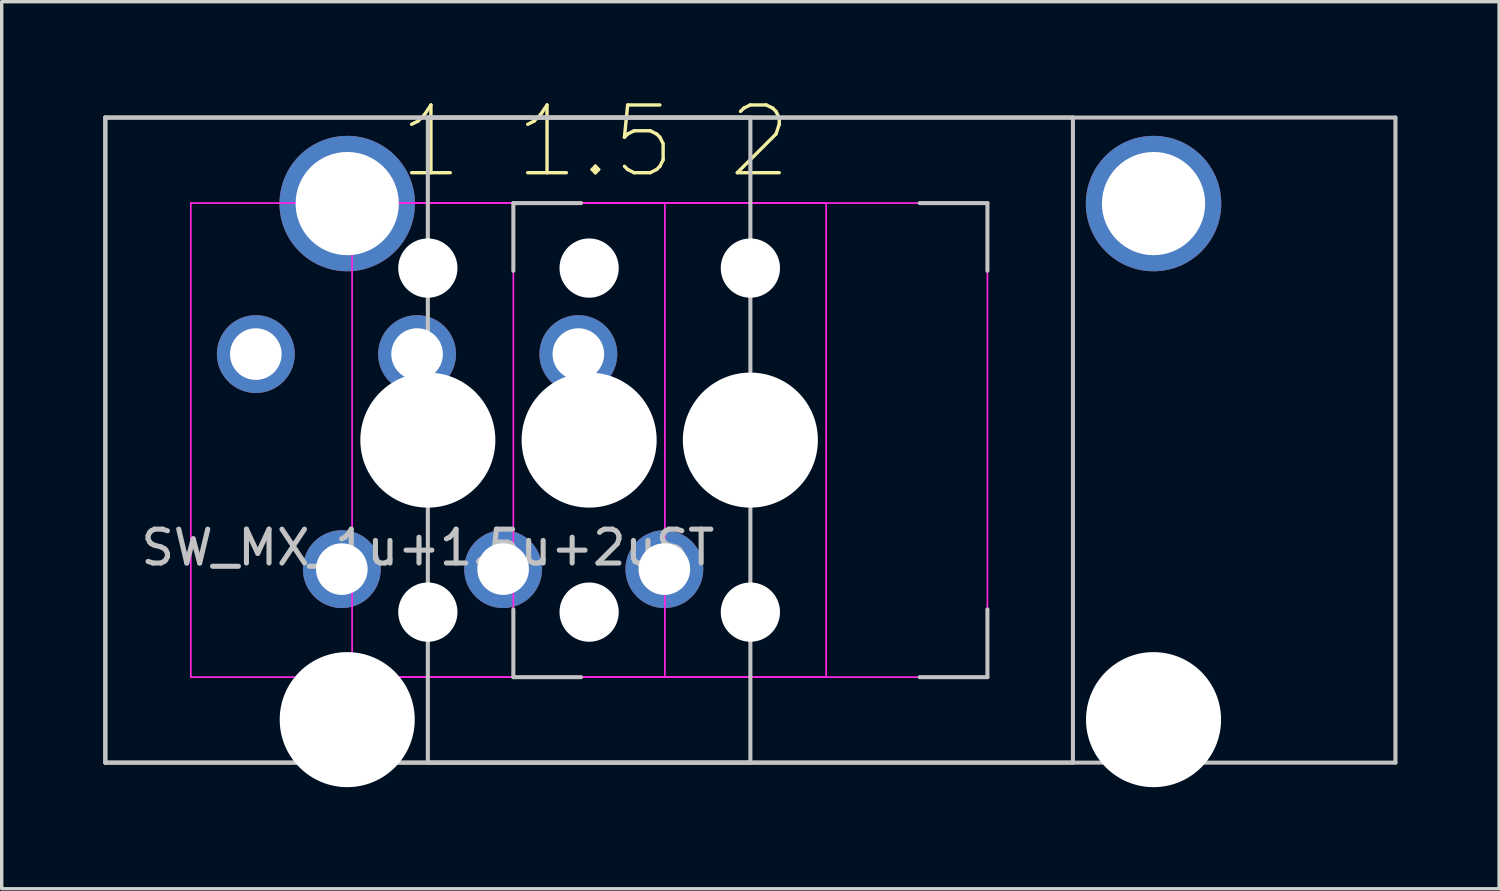
<source format=kicad_pcb>
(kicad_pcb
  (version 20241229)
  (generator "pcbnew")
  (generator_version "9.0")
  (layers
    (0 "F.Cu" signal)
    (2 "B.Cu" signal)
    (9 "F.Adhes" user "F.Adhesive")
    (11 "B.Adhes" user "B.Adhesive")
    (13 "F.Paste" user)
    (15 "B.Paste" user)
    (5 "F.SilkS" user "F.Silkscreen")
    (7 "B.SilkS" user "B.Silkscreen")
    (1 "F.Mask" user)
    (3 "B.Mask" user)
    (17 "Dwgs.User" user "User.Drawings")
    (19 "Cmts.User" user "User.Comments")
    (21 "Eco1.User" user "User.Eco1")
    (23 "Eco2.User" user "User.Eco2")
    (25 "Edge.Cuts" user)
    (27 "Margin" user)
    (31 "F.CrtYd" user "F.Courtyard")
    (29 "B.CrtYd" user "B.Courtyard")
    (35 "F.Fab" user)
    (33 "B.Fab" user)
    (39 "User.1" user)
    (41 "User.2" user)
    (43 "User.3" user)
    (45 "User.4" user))
  (footprint "SW_MX_1u+1.5u+2uST"
    (layer "F.Cu")
    (at 9.585 9.947)
    (property "Reference" "SW_MX_1u+1.5u+2uST" (at 0 3.175 0) (layer "Dwgs.User") (effects (font (size 1 1) (thickness 0.15))))
    (attr through_hole exclude_from_pos_files exclude_from_bom)
    (fp_line (start -9.525 -9.525) (end -9.525 9.525) (stroke (width 0.12) (type solid)) (layer "Dwgs.User"))
    (fp_line (start -9.525 -9.525) (end -9.525 9.525) (stroke (width 0.12) (type solid)) (layer "Dwgs.User"))
    (fp_line (start -9.525 -9.525) (end 28.575 -9.525) (stroke (width 0.12) (type solid)) (layer "Dwgs.User"))
    (fp_line (start -9.525 9.525) (end 9.525 9.525) (stroke (width 0.12) (type solid)) (layer "Dwgs.User"))
    (fp_line (start -9.525 9.525) (end 28.575 9.525) (stroke (width 0.12) (type solid)) (layer "Dwgs.User"))
    (fp_line (start 0 -9.525) (end 0 9.525) (stroke (width 0.12) (type solid)) (layer "Dwgs.User"))
    (fp_line (start 0 9.525) (end 19.05 9.525) (stroke (width 0.12) (type solid)) (layer "Dwgs.User"))
    (fp_line (start 2.525 -7) (end 4.525 -7) (stroke (width 0.12) (type solid)) (layer "Dwgs.User"))
    (fp_line (start 2.525 -5) (end 2.525 -7) (stroke (width 0.12) (type solid)) (layer "Dwgs.User"))
    (fp_line (start 2.525 7) (end 2.525 5) (stroke (width 0.12) (type solid)) (layer "Dwgs.User"))
    (fp_line (start 4.525 7) (end 2.525 7) (stroke (width 0.12) (type solid)) (layer "Dwgs.User"))
    (fp_line (start 9.525 -9.525) (end -9.525 -9.525) (stroke (width 0.12) (type solid)) (layer "Dwgs.User"))
    (fp_line (start 9.525 9.525) (end 9.525 -9.525) (stroke (width 0.12) (type solid)) (layer "Dwgs.User"))
    (fp_line (start 14.525 -7) (end 16.525 -7) (stroke (width 0.12) (type solid)) (layer "Dwgs.User"))
    (fp_line (start 14.525 7) (end 16.525 7) (stroke (width 0.12) (type solid)) (layer "Dwgs.User"))
    (fp_line (start 16.525 -7) (end 16.525 -5) (stroke (width 0.12) (type solid)) (layer "Dwgs.User"))
    (fp_line (start 16.525 7) (end 16.525 5) (stroke (width 0.12) (type solid)) (layer "Dwgs.User"))
    (fp_line (start 19.05 -9.525) (end 0 -9.525) (stroke (width 0.12) (type solid)) (layer "Dwgs.User"))
    (fp_line (start 19.05 9.525) (end 19.05 -9.525) (stroke (width 0.12) (type solid)) (layer "Dwgs.User"))
    (fp_line (start 28.575 -9.525) (end 28.575 9.525) (stroke (width 0.12) (type solid)) (layer "Dwgs.User"))
    (fp_line (start -7 6.5) (end -7 -6.5) (stroke (width 0.05) (type solid)) (layer "Eco2.User"))
    (fp_line (start -6.5 -7) (end 6.5 -7) (stroke (width 0.05) (type solid)) (layer "Eco2.User"))
    (fp_line (start -5.756 -5.5) (end -5.756 7.5) (stroke (width 0.05) (type solid)) (layer "Eco2.User"))
    (fp_line (start -5.256 -6) (end 0.494 -6) (stroke (width 0.05) (type solid)) (layer "Eco2.User"))
    (fp_line (start -5.256 8) (end 0.494 8) (stroke (width 0.05) (type solid)) (layer "Eco2.User"))
    (fp_line (start -2.237 6.5) (end -2.237 -6.5) (stroke (width 0.05) (type solid)) (layer "Eco2.User"))
    (fp_line (start -1.738 -7) (end 11.262 -7) (stroke (width 0.05) (type solid)) (layer "Eco2.User"))
    (fp_line (start 0.994 -5.5) (end 0.994 7.5) (stroke (width 0.05) (type solid)) (layer "Eco2.User"))
    (fp_line (start 2.525 6.5) (end 2.525 -6.5) (stroke (width 0.05) (type solid)) (layer "Eco2.User"))
    (fp_line (start 3.025 -7) (end 16.025 -7) (stroke (width 0.05) (type solid)) (layer "Eco2.User"))
    (fp_line (start 6.5 7) (end -6.5 7) (stroke (width 0.05) (type solid)) (layer "Eco2.User"))
    (fp_line (start 7 -6.5) (end 7 6.5) (stroke (width 0.05) (type solid)) (layer "Eco2.User"))
    (fp_line (start 11.262 7) (end -1.738 7) (stroke (width 0.05) (type solid)) (layer "Eco2.User"))
    (fp_line (start 11.762 -6.5) (end 11.762 6.5) (stroke (width 0.05) (type solid)) (layer "Eco2.User"))
    (fp_line (start 16.025 7) (end 3.025 7) (stroke (width 0.05) (type solid)) (layer "Eco2.User"))
    (fp_line (start 16.525 -6.5) (end 16.525 6.5) (stroke (width 0.05) (type solid)) (layer "Eco2.User"))
    (fp_line (start 18.056 -5.5) (end 18.056 7.5) (stroke (width 0.05) (type solid)) (layer "Eco2.User"))
    (fp_line (start 18.556 -6) (end 24.305 -6) (stroke (width 0.05) (type solid)) (layer "Eco2.User"))
    (fp_line (start 18.556 8) (end 24.306 8) (stroke (width 0.05) (type solid)) (layer "Eco2.User"))
    (fp_line (start 24.805 -5.5) (end 24.806 7.5) (stroke (width 0.05) (type solid)) (layer "Eco2.User"))
    (fp_arc (start -7 -6.5) (mid -6.853553 -6.853553) (end -6.5 -7) (stroke (width 0.05) (type solid)) (layer "Eco2.User"))
    (fp_arc (start -6.5 7) (mid -6.853553 6.853553) (end -7 6.5) (stroke (width 0.05) (type solid)) (layer "Eco2.User"))
    (fp_arc (start -5.75625 -5.499999) (mid -5.609803 -5.853552) (end -5.25625 -5.999999) (stroke (width 0.05) (type solid)) (layer "Eco2.User"))
    (fp_arc (start -5.25625 8.000001) (mid -5.609803 7.853554) (end -5.75625 7.500001) (stroke (width 0.05) (type solid)) (layer "Eco2.User"))
    (fp_arc (start -2.2375 -6.5) (mid -2.091053 -6.853553) (end -1.7375 -7) (stroke (width 0.05) (type solid)) (layer "Eco2.User"))
    (fp_arc (start -1.7375 7) (mid -2.091053 6.853553) (end -2.2375 6.5) (stroke (width 0.05) (type solid)) (layer "Eco2.User"))
    (fp_arc (start 0.49375 -5.999999) (mid 0.847303 -5.853552) (end 0.99375 -5.499999) (stroke (width 0.05) (type solid)) (layer "Eco2.User"))
    (fp_arc (start 0.99375 7.500001) (mid 0.847303 7.853554) (end 0.49375 8.000001) (stroke (width 0.05) (type solid)) (layer "Eco2.User"))
    (fp_arc (start 2.525 -6.5) (mid 2.671447 -6.853553) (end 3.025 -7) (stroke (width 0.05) (type solid)) (layer "Eco2.User"))
    (fp_arc (start 3.025 7) (mid 2.671447 6.853553) (end 2.525 6.5) (stroke (width 0.05) (type solid)) (layer "Eco2.User"))
    (fp_arc (start 6.498884 -6.997236) (mid 6.852455 -6.850806) (end 6.998884 -6.497236) (stroke (width 0.05) (type solid)) (layer "Eco2.User"))
    (fp_arc (start 7 6.5) (mid 6.853553 6.853553) (end 6.5 7) (stroke (width 0.05) (type solid)) (layer "Eco2.User"))
    (fp_arc (start 11.261384 -6.997236) (mid 11.61496 -6.850797) (end 11.761384 -6.497236) (stroke (width 0.05) (type solid)) (layer "Eco2.User"))
    (fp_arc (start 11.7625 6.5) (mid 11.616053 6.853553) (end 11.2625 7) (stroke (width 0.05) (type solid)) (layer "Eco2.User"))
    (fp_arc (start 16.023884 -6.997236) (mid 16.377455 -6.850806) (end 16.523884 -6.497236) (stroke (width 0.05) (type solid)) (layer "Eco2.User"))
    (fp_arc (start 16.525 6.5) (mid 16.378553 6.853553) (end 16.025 7) (stroke (width 0.05) (type solid)) (layer "Eco2.User"))
    (fp_arc (start 18.05625 -5.499999) (mid 18.202693 -5.853571) (end 18.55625 -5.999999) (stroke (width 0.05) (type solid)) (layer "Eco2.User"))
    (fp_arc (start 18.55625 8.000001) (mid 18.202729 7.853537) (end 18.05625 7.500001) (stroke (width 0.05) (type solid)) (layer "Eco2.User"))
    (fp_arc (start 24.305039 -5.999999) (mid 24.658567 -5.853539) (end 24.805039 -5.499999) (stroke (width 0.05) (type solid)) (layer "Eco2.User"))
    (fp_arc (start 24.80625 7.500001) (mid 24.659806 7.853571) (end 24.30625 8.000001) (stroke (width 0.05) (type solid)) (layer "Eco2.User"))
    (fp_line (start -7 -7) (end -7 7) (stroke (width 0.05) (type solid)) (layer "F.CrtYd"))
    (fp_line (start -7 7) (end 7 7) (stroke (width 0.05) (type solid)) (layer "F.CrtYd"))
    (fp_line (start -2.237 -7) (end -2.237 7) (stroke (width 0.05) (type solid)) (layer "F.CrtYd"))
    (fp_line (start -2.237 7) (end 11.762 7) (stroke (width 0.05) (type solid)) (layer "F.CrtYd"))
    (fp_line (start 2.525 -7) (end 2.525 7) (stroke (width 0.05) (type solid)) (layer "F.CrtYd"))
    (fp_line (start 2.525 7) (end 16.525 7) (stroke (width 0.05) (type solid)) (layer "F.CrtYd"))
    (fp_line (start 7 -7) (end -7 -7) (stroke (width 0.05) (type solid)) (layer "F.CrtYd"))
    (fp_line (start 7 7) (end 7 -7) (stroke (width 0.05) (type solid)) (layer "F.CrtYd"))
    (fp_line (start 11.762 -7) (end -2.237 -7) (stroke (width 0.05) (type solid)) (layer "F.CrtYd"))
    (fp_line (start 11.762 7) (end 11.762 -7) (stroke (width 0.05) (type solid)) (layer "F.CrtYd"))
    (fp_line (start 16.525 -7) (end 2.525 -7) (stroke (width 0.05) (type solid)) (layer "F.CrtYd"))
    (fp_line (start 16.525 7) (end 16.525 -7) (stroke (width 0.05) (type solid)) (layer "F.CrtYd"))
    (fp_text user "1 1.5 2" (at -0.927 -7.647 0) (unlocked yes) (layer "F.SilkS") (effects (font (size 2 2) (thickness 0.1)) (justify left bottom)))
    (pad "" thru_hole circle (at -2.381 -6.985) (size 4 4) (drill 3.048) (layers "*.Cu" "B.Mask"))
    (pad "" np_thru_hole circle (at -2.381 8.255) (size 3.988 3.988) (drill 3.988) (layers "*.Cu" "*.Mask"))
    (pad "" np_thru_hole circle (at 0 -5.08 90) (size 1.75 1.75) (drill 1.75) (layers "*.Cu" "*.Mask"))
    (pad "" np_thru_hole circle (at 0 0 90) (size 3.988 3.988) (drill 3.988) (layers "*.Cu" "*.Mask"))
    (pad "" np_thru_hole circle (at 0 5.08 90) (size 1.75 1.75) (drill 1.75) (layers "*.Cu" "*.Mask"))
    (pad "" np_thru_hole circle (at 4.763 -5.08 90) (size 1.75 1.75) (drill 1.75) (layers "*.Cu" "*.Mask"))
    (pad "" np_thru_hole circle (at 4.763 0 90) (size 3.988 3.988) (drill 3.988) (layers "*.Cu" "*.Mask"))
    (pad "" np_thru_hole circle (at 4.763 5.08 90) (size 1.75 1.75) (drill 1.75) (layers "*.Cu" "*.Mask"))
    (pad "" np_thru_hole circle (at 9.525 -5.08 90) (size 1.75 1.75) (drill 1.75) (layers "*.Cu" "*.Mask"))
    (pad "" np_thru_hole circle (at 9.525 0 90) (size 3.988 3.988) (drill 3.988) (layers "*.Cu" "*.Mask"))
    (pad "" np_thru_hole circle (at 9.525 5.08 90) (size 1.75 1.75) (drill 1.75) (layers "*.Cu" "*.Mask"))
    (pad "" thru_hole circle (at 21.431 -6.985) (size 4 4) (drill 3.048) (layers "*.Cu" "B.Mask"))
    (pad "" np_thru_hole circle (at 21.431 8.255) (size 3.988 3.988) (drill 3.988) (layers "*.Cu" "*.Mask"))
    (pad "1" thru_hole circle (at -2.54 3.81 90) (size 2.3 2.3) (drill 1.524) (layers "*.Cu" "B.Mask"))
    (pad "1" thru_hole circle (at 2.223 3.81 90) (size 2.3 2.3) (drill 1.524) (layers "*.Cu" "B.Mask"))
    (pad "1" thru_hole circle (at 6.985 3.81 90) (size 2.3 2.3) (drill 1.524) (layers "*.Cu" "B.Mask"))
    (pad "2" thru_hole circle (at -5.08 -2.54 90) (size 2.3 2.3) (drill 1.524) (layers "*.Cu" "B.Mask"))
    (pad "2" thru_hole circle (at -0.318 -2.54 90) (size 2.3 2.3) (drill 1.524) (layers "*.Cu" "B.Mask"))
    (pad "2" thru_hole circle (at 4.445 -2.54 90) (size 2.3 2.3) (drill 1.524) (layers "*.Cu" "B.Mask")))
  (gr_rect
    (start -3 -3)
    (end 41.22 23.196)
    (stroke (width 0.1) (type default))
    (fill no)
    (layer "Edge.Cuts")))
</source>
